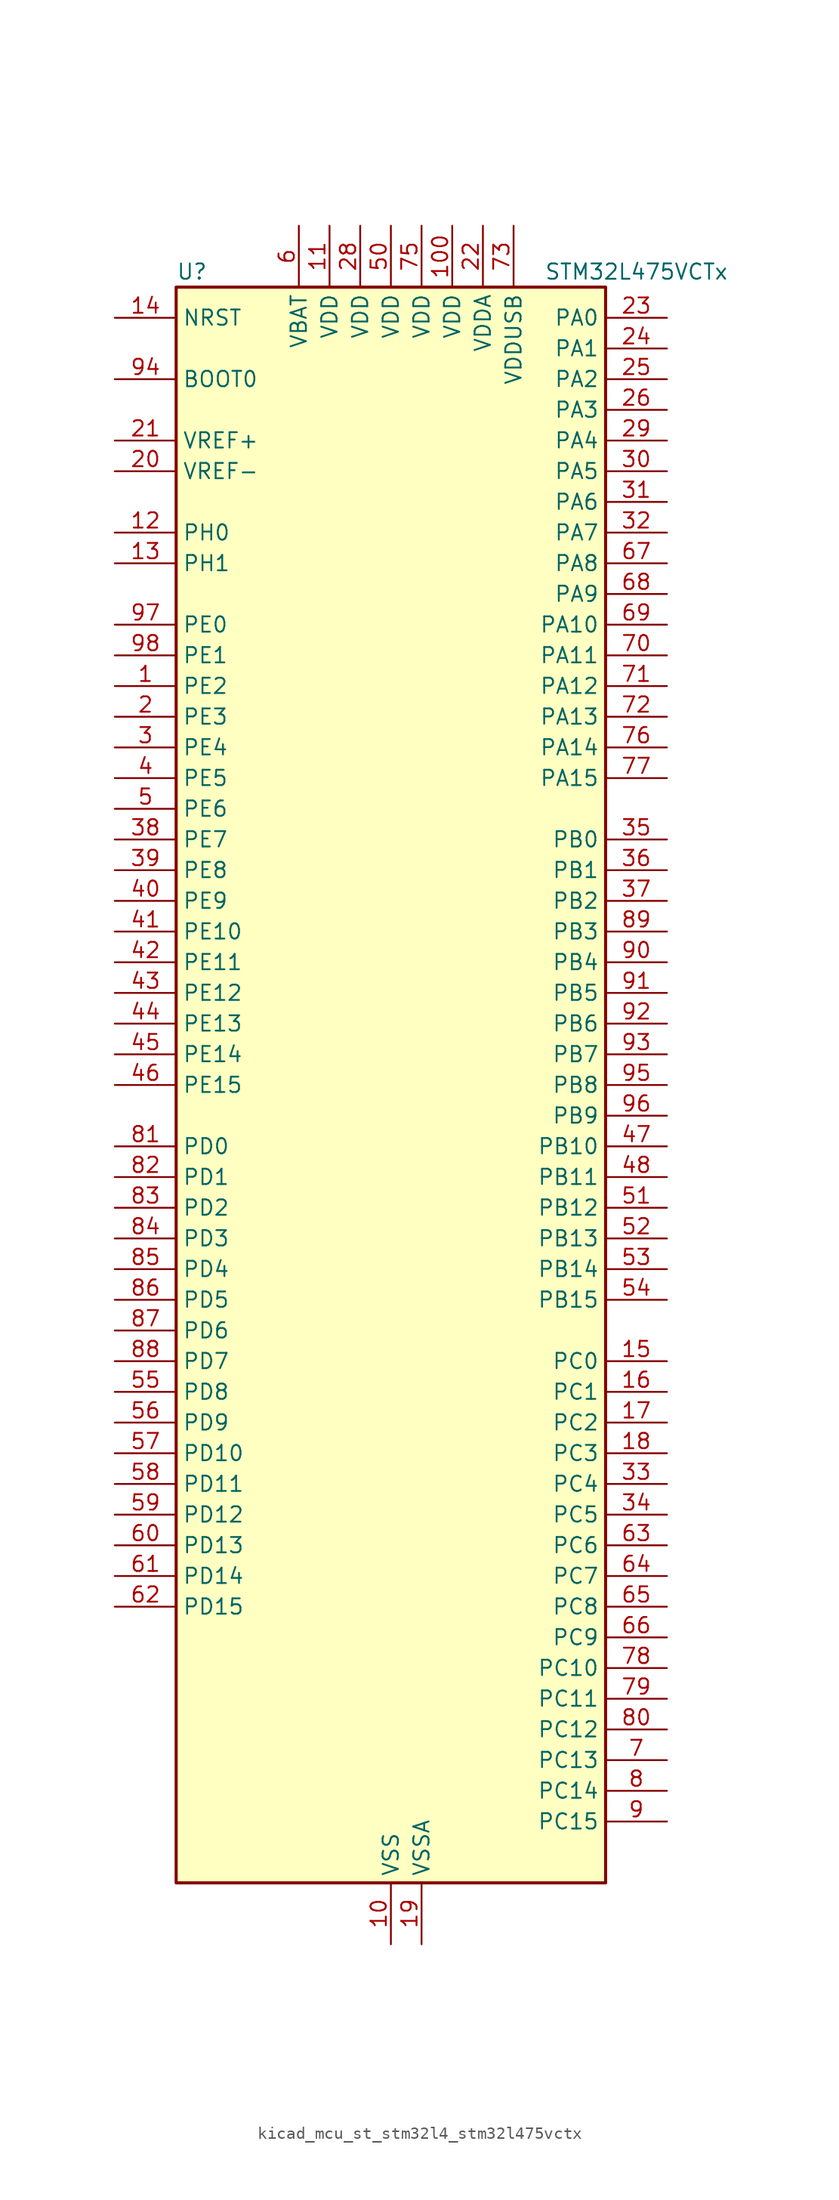
<source format=kicad_sym>
(kicad_symbol_lib
  (version 20220914)
  (generator kicad_symbol_editor)
  (symbol "kicad_mcu_st_stm32l4_stm32l475vctx"
    (property "Reference" "U"
      (at -17.78 67.31 0)
      (effects (font (size 1.27 1.27)) (justify left)))
    (property "Value" "STM32L475VCTx"
      (at 12.7 67.31 0)
      (effects (font (size 1.27 1.27)) (justify left)))
    (property "ki_locked" ""
      (at 0 0 0)
      (effects (font (size 1.27 1.27))))
    (symbol "kicad_mcu_st_stm32l4_stm32l475vctx_0_1"
      (rectangle (start -17.78 -66.04) (end 17.78 66.04) (stroke (width 0.254) (type default)) (fill (type background))))
    (symbol "kicad_mcu_st_stm32l4_stm32l475vctx_1_1"
      (pin bidirectional line (at -22.86 33.02 0) (length 5.08) (name "PE2" (effects (font (size 1.27 1.27)))) (number "1" (effects (font (size 1.27 1.27)))) (alternate "FMC_A23" bidirectional line) (alternate "SAI1_MCLK_A" bidirectional line) (alternate "SYS_TRACECLK" bidirectional line) (alternate "TIM3_ETR" bidirectional line) (alternate "TSC_G7_IO1" bidirectional line))
      (pin power_in line (at 0 -71.12 90) (length 5.08) (name "VSS" (effects (font (size 1.27 1.27)))) (number "10" (effects (font (size 1.27 1.27)))))
      (pin power_in line (at 5.08 71.12 270) (length 5.08) (name "VDD" (effects (font (size 1.27 1.27)))) (number "100" (effects (font (size 1.27 1.27)))))
      (pin power_in line (at -5.08 71.12 270) (length 5.08) (name "VDD" (effects (font (size 1.27 1.27)))) (number "11" (effects (font (size 1.27 1.27)))))
      (pin bidirectional line (at -22.86 45.72 0) (length 5.08) (name "PH0" (effects (font (size 1.27 1.27)))) (number "12" (effects (font (size 1.27 1.27)))) (alternate "RCC_OSC_IN" bidirectional line))
      (pin bidirectional line (at -22.86 43.18 0) (length 5.08) (name "PH1" (effects (font (size 1.27 1.27)))) (number "13" (effects (font (size 1.27 1.27)))) (alternate "RCC_OSC_OUT" bidirectional line))
      (pin input line (at -22.86 63.5 0) (length 5.08) (name "NRST" (effects (font (size 1.27 1.27)))) (number "14" (effects (font (size 1.27 1.27)))))
      (pin bidirectional line (at 22.86 -22.86 180) (length 5.08) (name "PC0" (effects (font (size 1.27 1.27)))) (number "15" (effects (font (size 1.27 1.27)))) (alternate "ADC1_IN1" bidirectional line) (alternate "ADC2_IN1" bidirectional line) (alternate "ADC3_IN1" bidirectional line) (alternate "DFSDM1_DATIN4" bidirectional line) (alternate "I2C3_SCL" bidirectional line) (alternate "LPTIM1_IN1" bidirectional line) (alternate "LPTIM2_IN1" bidirectional line) (alternate "LPUART1_RX" bidirectional line))
      (pin bidirectional line (at 22.86 -25.4 180) (length 5.08) (name "PC1" (effects (font (size 1.27 1.27)))) (number "16" (effects (font (size 1.27 1.27)))) (alternate "ADC1_IN2" bidirectional line) (alternate "ADC2_IN2" bidirectional line) (alternate "ADC3_IN2" bidirectional line) (alternate "DFSDM1_CKIN4" bidirectional line) (alternate "I2C3_SDA" bidirectional line) (alternate "LPTIM1_OUT" bidirectional line) (alternate "LPUART1_TX" bidirectional line))
      (pin bidirectional line (at 22.86 -27.94 180) (length 5.08) (name "PC2" (effects (font (size 1.27 1.27)))) (number "17" (effects (font (size 1.27 1.27)))) (alternate "ADC1_IN3" bidirectional line) (alternate "ADC2_IN3" bidirectional line) (alternate "ADC3_IN3" bidirectional line) (alternate "DFSDM1_CKOUT" bidirectional line) (alternate "LPTIM1_IN2" bidirectional line) (alternate "SPI2_MISO" bidirectional line))
      (pin bidirectional line (at 22.86 -30.48 180) (length 5.08) (name "PC3" (effects (font (size 1.27 1.27)))) (number "18" (effects (font (size 1.27 1.27)))) (alternate "ADC1_IN4" bidirectional line) (alternate "ADC2_IN4" bidirectional line) (alternate "ADC3_IN4" bidirectional line) (alternate "LPTIM1_ETR" bidirectional line) (alternate "LPTIM2_ETR" bidirectional line) (alternate "SAI1_SD_A" bidirectional line) (alternate "SPI2_MOSI" bidirectional line))
      (pin power_in line (at 2.54 -71.12 90) (length 5.08) (name "VSSA" (effects (font (size 1.27 1.27)))) (number "19" (effects (font (size 1.27 1.27)))))
      (pin bidirectional line (at -22.86 30.48 0) (length 5.08) (name "PE3" (effects (font (size 1.27 1.27)))) (number "2" (effects (font (size 1.27 1.27)))) (alternate "FMC_A19" bidirectional line) (alternate "SAI1_SD_B" bidirectional line) (alternate "SYS_TRACED0" bidirectional line) (alternate "TIM3_CH1" bidirectional line) (alternate "TSC_G7_IO2" bidirectional line))
      (pin input line (at -22.86 50.8 0) (length 5.08) (name "VREF-" (effects (font (size 1.27 1.27)))) (number "20" (effects (font (size 1.27 1.27)))))
      (pin input line (at -22.86 53.34 0) (length 5.08) (name "VREF+" (effects (font (size 1.27 1.27)))) (number "21" (effects (font (size 1.27 1.27)))) (alternate "VREFBUF_OUT" bidirectional line))
      (pin power_in line (at 7.62 71.12 270) (length 5.08) (name "VDDA" (effects (font (size 1.27 1.27)))) (number "22" (effects (font (size 1.27 1.27)))))
      (pin bidirectional line (at 22.86 63.5 180) (length 5.08) (name "PA0" (effects (font (size 1.27 1.27)))) (number "23" (effects (font (size 1.27 1.27)))) (alternate "ADC1_IN5" bidirectional line) (alternate "ADC2_IN5" bidirectional line) (alternate "OPAMP1_VINP" bidirectional line) (alternate "RTC_TAMP2" bidirectional line) (alternate "SAI1_EXTCLK" bidirectional line) (alternate "SYS_WKUP1" bidirectional line) (alternate "TIM2_CH1" bidirectional line) (alternate "TIM2_ETR" bidirectional line) (alternate "TIM5_CH1" bidirectional line) (alternate "TIM8_ETR" bidirectional line) (alternate "UART4_TX" bidirectional line) (alternate "USART2_CTS" bidirectional line))
      (pin bidirectional line (at 22.86 60.96 180) (length 5.08) (name "PA1" (effects (font (size 1.27 1.27)))) (number "24" (effects (font (size 1.27 1.27)))) (alternate "ADC1_IN6" bidirectional line) (alternate "ADC2_IN6" bidirectional line) (alternate "OPAMP1_VINM" bidirectional line) (alternate "TIM15_CH1N" bidirectional line) (alternate "TIM2_CH2" bidirectional line) (alternate "TIM5_CH2" bidirectional line) (alternate "UART4_RX" bidirectional line) (alternate "USART2_DE" bidirectional line) (alternate "USART2_RTS" bidirectional line))
      (pin bidirectional line (at 22.86 58.42 180) (length 5.08) (name "PA2" (effects (font (size 1.27 1.27)))) (number "25" (effects (font (size 1.27 1.27)))) (alternate "ADC1_IN7" bidirectional line) (alternate "ADC2_IN7" bidirectional line) (alternate "RCC_LSCO" bidirectional line) (alternate "SAI2_EXTCLK" bidirectional line) (alternate "SYS_WKUP4" bidirectional line) (alternate "TIM15_CH1" bidirectional line) (alternate "TIM2_CH3" bidirectional line) (alternate "TIM5_CH3" bidirectional line) (alternate "USART2_TX" bidirectional line))
      (pin bidirectional line (at 22.86 55.88 180) (length 5.08) (name "PA3" (effects (font (size 1.27 1.27)))) (number "26" (effects (font (size 1.27 1.27)))) (alternate "ADC1_IN8" bidirectional line) (alternate "ADC2_IN8" bidirectional line) (alternate "OPAMP1_VOUT" bidirectional line) (alternate "TIM15_CH2" bidirectional line) (alternate "TIM2_CH4" bidirectional line) (alternate "TIM5_CH4" bidirectional line) (alternate "USART2_RX" bidirectional line))
      (pin passive line (at 0 -71.12 90) (length 5.08) hide (name "VSS" (effects (font (size 1.27 1.27)))) (number "27" (effects (font (size 1.27 1.27)))))
      (pin power_in line (at -2.54 71.12 270) (length 5.08) (name "VDD" (effects (font (size 1.27 1.27)))) (number "28" (effects (font (size 1.27 1.27)))))
      (pin bidirectional line (at 22.86 53.34 180) (length 5.08) (name "PA4" (effects (font (size 1.27 1.27)))) (number "29" (effects (font (size 1.27 1.27)))) (alternate "ADC1_IN9" bidirectional line) (alternate "ADC2_IN9" bidirectional line) (alternate "DAC1_OUT1" bidirectional line) (alternate "LPTIM2_OUT" bidirectional line) (alternate "SAI1_FS_B" bidirectional line) (alternate "SPI1_NSS" bidirectional line) (alternate "SPI3_NSS" bidirectional line) (alternate "USART2_CK" bidirectional line))
      (pin bidirectional line (at -22.86 27.94 0) (length 5.08) (name "PE4" (effects (font (size 1.27 1.27)))) (number "3" (effects (font (size 1.27 1.27)))) (alternate "DFSDM1_DATIN3" bidirectional line) (alternate "FMC_A20" bidirectional line) (alternate "SAI1_FS_A" bidirectional line) (alternate "SYS_TRACED1" bidirectional line) (alternate "TIM3_CH2" bidirectional line) (alternate "TSC_G7_IO3" bidirectional line))
      (pin bidirectional line (at 22.86 50.8 180) (length 5.08) (name "PA5" (effects (font (size 1.27 1.27)))) (number "30" (effects (font (size 1.27 1.27)))) (alternate "ADC1_IN10" bidirectional line) (alternate "ADC2_IN10" bidirectional line) (alternate "DAC1_OUT2" bidirectional line) (alternate "LPTIM2_ETR" bidirectional line) (alternate "SPI1_SCK" bidirectional line) (alternate "TIM2_CH1" bidirectional line) (alternate "TIM2_ETR" bidirectional line) (alternate "TIM8_CH1N" bidirectional line))
      (pin bidirectional line (at 22.86 48.26 180) (length 5.08) (name "PA6" (effects (font (size 1.27 1.27)))) (number "31" (effects (font (size 1.27 1.27)))) (alternate "ADC1_IN11" bidirectional line) (alternate "ADC2_IN11" bidirectional line) (alternate "OPAMP2_VINP" bidirectional line) (alternate "QUADSPI_BK1_IO3" bidirectional line) (alternate "SPI1_MISO" bidirectional line) (alternate "TIM16_CH1" bidirectional line) (alternate "TIM1_BKIN" bidirectional line) (alternate "TIM1_BKIN_COMP2" bidirectional line) (alternate "TIM3_CH1" bidirectional line) (alternate "TIM8_BKIN" bidirectional line) (alternate "TIM8_BKIN_COMP2" bidirectional line) (alternate "USART3_CTS" bidirectional line))
      (pin bidirectional line (at 22.86 45.72 180) (length 5.08) (name "PA7" (effects (font (size 1.27 1.27)))) (number "32" (effects (font (size 1.27 1.27)))) (alternate "ADC1_IN12" bidirectional line) (alternate "ADC2_IN12" bidirectional line) (alternate "OPAMP2_VINM" bidirectional line) (alternate "QUADSPI_BK1_IO2" bidirectional line) (alternate "SPI1_MOSI" bidirectional line) (alternate "TIM17_CH1" bidirectional line) (alternate "TIM1_CH1N" bidirectional line) (alternate "TIM3_CH2" bidirectional line) (alternate "TIM8_CH1N" bidirectional line))
      (pin bidirectional line (at 22.86 -33.02 180) (length 5.08) (name "PC4" (effects (font (size 1.27 1.27)))) (number "33" (effects (font (size 1.27 1.27)))) (alternate "ADC1_IN13" bidirectional line) (alternate "ADC2_IN13" bidirectional line) (alternate "COMP1_INM" bidirectional line) (alternate "USART3_TX" bidirectional line))
      (pin bidirectional line (at 22.86 -35.56 180) (length 5.08) (name "PC5" (effects (font (size 1.27 1.27)))) (number "34" (effects (font (size 1.27 1.27)))) (alternate "ADC1_IN14" bidirectional line) (alternate "ADC2_IN14" bidirectional line) (alternate "COMP1_INP" bidirectional line) (alternate "SYS_WKUP5" bidirectional line) (alternate "USART3_RX" bidirectional line))
      (pin bidirectional line (at 22.86 20.32 180) (length 5.08) (name "PB0" (effects (font (size 1.27 1.27)))) (number "35" (effects (font (size 1.27 1.27)))) (alternate "ADC1_IN15" bidirectional line) (alternate "ADC2_IN15" bidirectional line) (alternate "COMP1_OUT" bidirectional line) (alternate "OPAMP2_VOUT" bidirectional line) (alternate "QUADSPI_BK1_IO1" bidirectional line) (alternate "TIM1_CH2N" bidirectional line) (alternate "TIM3_CH3" bidirectional line) (alternate "TIM8_CH2N" bidirectional line) (alternate "USART3_CK" bidirectional line))
      (pin bidirectional line (at 22.86 17.78 180) (length 5.08) (name "PB1" (effects (font (size 1.27 1.27)))) (number "36" (effects (font (size 1.27 1.27)))) (alternate "ADC1_IN16" bidirectional line) (alternate "ADC2_IN16" bidirectional line) (alternate "COMP1_INM" bidirectional line) (alternate "DFSDM1_DATIN0" bidirectional line) (alternate "LPTIM2_IN1" bidirectional line) (alternate "QUADSPI_BK1_IO0" bidirectional line) (alternate "TIM1_CH3N" bidirectional line) (alternate "TIM3_CH4" bidirectional line) (alternate "TIM8_CH3N" bidirectional line) (alternate "USART3_DE" bidirectional line) (alternate "USART3_RTS" bidirectional line))
      (pin bidirectional line (at 22.86 15.24 180) (length 5.08) (name "PB2" (effects (font (size 1.27 1.27)))) (number "37" (effects (font (size 1.27 1.27)))) (alternate "COMP1_INP" bidirectional line) (alternate "DFSDM1_CKIN0" bidirectional line) (alternate "I2C3_SMBA" bidirectional line) (alternate "LPTIM1_OUT" bidirectional line) (alternate "RTC_OUT_ALARM" bidirectional line) (alternate "RTC_OUT_CALIB" bidirectional line))
      (pin bidirectional line (at -22.86 20.32 0) (length 5.08) (name "PE7" (effects (font (size 1.27 1.27)))) (number "38" (effects (font (size 1.27 1.27)))) (alternate "DFSDM1_DATIN2" bidirectional line) (alternate "FMC_D4" bidirectional line) (alternate "FMC_DA4" bidirectional line) (alternate "SAI1_SD_B" bidirectional line) (alternate "TIM1_ETR" bidirectional line))
      (pin bidirectional line (at -22.86 17.78 0) (length 5.08) (name "PE8" (effects (font (size 1.27 1.27)))) (number "39" (effects (font (size 1.27 1.27)))) (alternate "DFSDM1_CKIN2" bidirectional line) (alternate "FMC_D5" bidirectional line) (alternate "FMC_DA5" bidirectional line) (alternate "SAI1_SCK_B" bidirectional line) (alternate "TIM1_CH1N" bidirectional line))
      (pin bidirectional line (at -22.86 25.4 0) (length 5.08) (name "PE5" (effects (font (size 1.27 1.27)))) (number "4" (effects (font (size 1.27 1.27)))) (alternate "DFSDM1_CKIN3" bidirectional line) (alternate "FMC_A21" bidirectional line) (alternate "SAI1_SCK_A" bidirectional line) (alternate "SYS_TRACED2" bidirectional line) (alternate "TIM3_CH3" bidirectional line) (alternate "TSC_G7_IO4" bidirectional line))
      (pin bidirectional line (at -22.86 15.24 0) (length 5.08) (name "PE9" (effects (font (size 1.27 1.27)))) (number "40" (effects (font (size 1.27 1.27)))) (alternate "DAC1_EXTI9" bidirectional line) (alternate "DFSDM1_CKOUT" bidirectional line) (alternate "FMC_D6" bidirectional line) (alternate "FMC_DA6" bidirectional line) (alternate "SAI1_FS_B" bidirectional line) (alternate "TIM1_CH1" bidirectional line))
      (pin bidirectional line (at -22.86 12.7 0) (length 5.08) (name "PE10" (effects (font (size 1.27 1.27)))) (number "41" (effects (font (size 1.27 1.27)))) (alternate "DFSDM1_DATIN4" bidirectional line) (alternate "FMC_D7" bidirectional line) (alternate "FMC_DA7" bidirectional line) (alternate "QUADSPI_CLK" bidirectional line) (alternate "SAI1_MCLK_B" bidirectional line) (alternate "TIM1_CH2N" bidirectional line) (alternate "TSC_G5_IO1" bidirectional line))
      (pin bidirectional line (at -22.86 10.16 0) (length 5.08) (name "PE11" (effects (font (size 1.27 1.27)))) (number "42" (effects (font (size 1.27 1.27)))) (alternate "ADC1_EXTI11" bidirectional line) (alternate "ADC2_EXTI11" bidirectional line) (alternate "ADC3_EXTI11" bidirectional line) (alternate "DFSDM1_CKIN4" bidirectional line) (alternate "FMC_D8" bidirectional line) (alternate "FMC_DA8" bidirectional line) (alternate "QUADSPI_NCS" bidirectional line) (alternate "TIM1_CH2" bidirectional line) (alternate "TSC_G5_IO2" bidirectional line))
      (pin bidirectional line (at -22.86 7.62 0) (length 5.08) (name "PE12" (effects (font (size 1.27 1.27)))) (number "43" (effects (font (size 1.27 1.27)))) (alternate "DFSDM1_DATIN5" bidirectional line) (alternate "FMC_D9" bidirectional line) (alternate "FMC_DA9" bidirectional line) (alternate "QUADSPI_BK1_IO0" bidirectional line) (alternate "SPI1_NSS" bidirectional line) (alternate "TIM1_CH3N" bidirectional line) (alternate "TSC_G5_IO3" bidirectional line))
      (pin bidirectional line (at -22.86 5.08 0) (length 5.08) (name "PE13" (effects (font (size 1.27 1.27)))) (number "44" (effects (font (size 1.27 1.27)))) (alternate "DFSDM1_CKIN5" bidirectional line) (alternate "FMC_D10" bidirectional line) (alternate "FMC_DA10" bidirectional line) (alternate "QUADSPI_BK1_IO1" bidirectional line) (alternate "SPI1_SCK" bidirectional line) (alternate "TIM1_CH3" bidirectional line) (alternate "TSC_G5_IO4" bidirectional line))
      (pin bidirectional line (at -22.86 2.54 0) (length 5.08) (name "PE14" (effects (font (size 1.27 1.27)))) (number "45" (effects (font (size 1.27 1.27)))) (alternate "FMC_D11" bidirectional line) (alternate "FMC_DA11" bidirectional line) (alternate "QUADSPI_BK1_IO2" bidirectional line) (alternate "SPI1_MISO" bidirectional line) (alternate "TIM1_BKIN2" bidirectional line) (alternate "TIM1_BKIN2_COMP2" bidirectional line) (alternate "TIM1_CH4" bidirectional line))
      (pin bidirectional line (at -22.86 0 0) (length 5.08) (name "PE15" (effects (font (size 1.27 1.27)))) (number "46" (effects (font (size 1.27 1.27)))) (alternate "ADC1_EXTI15" bidirectional line) (alternate "ADC2_EXTI15" bidirectional line) (alternate "ADC3_EXTI15" bidirectional line) (alternate "FMC_D12" bidirectional line) (alternate "FMC_DA12" bidirectional line) (alternate "QUADSPI_BK1_IO3" bidirectional line) (alternate "SPI1_MOSI" bidirectional line) (alternate "TIM1_BKIN" bidirectional line) (alternate "TIM1_BKIN_COMP1" bidirectional line))
      (pin bidirectional line (at 22.86 -5.08 180) (length 5.08) (name "PB10" (effects (font (size 1.27 1.27)))) (number "47" (effects (font (size 1.27 1.27)))) (alternate "COMP1_OUT" bidirectional line) (alternate "DFSDM1_DATIN7" bidirectional line) (alternate "I2C2_SCL" bidirectional line) (alternate "LPUART1_RX" bidirectional line) (alternate "QUADSPI_CLK" bidirectional line) (alternate "SAI1_SCK_A" bidirectional line) (alternate "SPI2_SCK" bidirectional line) (alternate "TIM2_CH3" bidirectional line) (alternate "USART3_TX" bidirectional line))
      (pin bidirectional line (at 22.86 -7.62 180) (length 5.08) (name "PB11" (effects (font (size 1.27 1.27)))) (number "48" (effects (font (size 1.27 1.27)))) (alternate "ADC1_EXTI11" bidirectional line) (alternate "ADC2_EXTI11" bidirectional line) (alternate "ADC3_EXTI11" bidirectional line) (alternate "COMP2_OUT" bidirectional line) (alternate "DFSDM1_CKIN7" bidirectional line) (alternate "I2C2_SDA" bidirectional line) (alternate "LPUART1_TX" bidirectional line) (alternate "QUADSPI_NCS" bidirectional line) (alternate "TIM2_CH4" bidirectional line) (alternate "USART3_RX" bidirectional line))
      (pin passive line (at 0 -71.12 90) (length 5.08) hide (name "VSS" (effects (font (size 1.27 1.27)))) (number "49" (effects (font (size 1.27 1.27)))))
      (pin bidirectional line (at -22.86 22.86 0) (length 5.08) (name "PE6" (effects (font (size 1.27 1.27)))) (number "5" (effects (font (size 1.27 1.27)))) (alternate "FMC_A22" bidirectional line) (alternate "RTC_TAMP3" bidirectional line) (alternate "SAI1_SD_A" bidirectional line) (alternate "SYS_TRACED3" bidirectional line) (alternate "SYS_WKUP3" bidirectional line) (alternate "TIM3_CH4" bidirectional line))
      (pin power_in line (at 0 71.12 270) (length 5.08) (name "VDD" (effects (font (size 1.27 1.27)))) (number "50" (effects (font (size 1.27 1.27)))))
      (pin bidirectional line (at 22.86 -10.16 180) (length 5.08) (name "PB12" (effects (font (size 1.27 1.27)))) (number "51" (effects (font (size 1.27 1.27)))) (alternate "DFSDM1_DATIN1" bidirectional line) (alternate "I2C2_SMBA" bidirectional line) (alternate "LPUART1_DE" bidirectional line) (alternate "LPUART1_RTS" bidirectional line) (alternate "SAI2_FS_A" bidirectional line) (alternate "SPI2_NSS" bidirectional line) (alternate "SWPMI1_IO" bidirectional line) (alternate "TIM15_BKIN" bidirectional line) (alternate "TIM1_BKIN" bidirectional line) (alternate "TIM1_BKIN_COMP2" bidirectional line) (alternate "TSC_G1_IO1" bidirectional line) (alternate "USART3_CK" bidirectional line))
      (pin bidirectional line (at 22.86 -12.7 180) (length 5.08) (name "PB13" (effects (font (size 1.27 1.27)))) (number "52" (effects (font (size 1.27 1.27)))) (alternate "DFSDM1_CKIN1" bidirectional line) (alternate "I2C2_SCL" bidirectional line) (alternate "LPUART1_CTS" bidirectional line) (alternate "SAI2_SCK_A" bidirectional line) (alternate "SPI2_SCK" bidirectional line) (alternate "SWPMI1_TX" bidirectional line) (alternate "TIM15_CH1N" bidirectional line) (alternate "TIM1_CH1N" bidirectional line) (alternate "TSC_G1_IO2" bidirectional line) (alternate "USART3_CTS" bidirectional line))
      (pin bidirectional line (at 22.86 -15.24 180) (length 5.08) (name "PB14" (effects (font (size 1.27 1.27)))) (number "53" (effects (font (size 1.27 1.27)))) (alternate "DFSDM1_DATIN2" bidirectional line) (alternate "I2C2_SDA" bidirectional line) (alternate "SAI2_MCLK_A" bidirectional line) (alternate "SPI2_MISO" bidirectional line) (alternate "SWPMI1_RX" bidirectional line) (alternate "TIM15_CH1" bidirectional line) (alternate "TIM1_CH2N" bidirectional line) (alternate "TIM8_CH2N" bidirectional line) (alternate "TSC_G1_IO3" bidirectional line) (alternate "USART3_DE" bidirectional line) (alternate "USART3_RTS" bidirectional line))
      (pin bidirectional line (at 22.86 -17.78 180) (length 5.08) (name "PB15" (effects (font (size 1.27 1.27)))) (number "54" (effects (font (size 1.27 1.27)))) (alternate "ADC1_EXTI15" bidirectional line) (alternate "ADC2_EXTI15" bidirectional line) (alternate "ADC3_EXTI15" bidirectional line) (alternate "DFSDM1_CKIN2" bidirectional line) (alternate "RTC_REFIN" bidirectional line) (alternate "SAI2_SD_A" bidirectional line) (alternate "SPI2_MOSI" bidirectional line) (alternate "SWPMI1_SUSPEND" bidirectional line) (alternate "TIM15_CH2" bidirectional line) (alternate "TIM1_CH3N" bidirectional line) (alternate "TIM8_CH3N" bidirectional line) (alternate "TSC_G1_IO4" bidirectional line))
      (pin bidirectional line (at -22.86 -25.4 0) (length 5.08) (name "PD8" (effects (font (size 1.27 1.27)))) (number "55" (effects (font (size 1.27 1.27)))) (alternate "FMC_D13" bidirectional line) (alternate "FMC_DA13" bidirectional line) (alternate "USART3_TX" bidirectional line))
      (pin bidirectional line (at -22.86 -27.94 0) (length 5.08) (name "PD9" (effects (font (size 1.27 1.27)))) (number "56" (effects (font (size 1.27 1.27)))) (alternate "DAC1_EXTI9" bidirectional line) (alternate "FMC_D14" bidirectional line) (alternate "FMC_DA14" bidirectional line) (alternate "SAI2_MCLK_A" bidirectional line) (alternate "USART3_RX" bidirectional line))
      (pin bidirectional line (at -22.86 -30.48 0) (length 5.08) (name "PD10" (effects (font (size 1.27 1.27)))) (number "57" (effects (font (size 1.27 1.27)))) (alternate "FMC_D15" bidirectional line) (alternate "FMC_DA15" bidirectional line) (alternate "SAI2_SCK_A" bidirectional line) (alternate "TSC_G6_IO1" bidirectional line) (alternate "USART3_CK" bidirectional line))
      (pin bidirectional line (at -22.86 -33.02 0) (length 5.08) (name "PD11" (effects (font (size 1.27 1.27)))) (number "58" (effects (font (size 1.27 1.27)))) (alternate "ADC1_EXTI11" bidirectional line) (alternate "ADC2_EXTI11" bidirectional line) (alternate "ADC3_EXTI11" bidirectional line) (alternate "FMC_A16" bidirectional line) (alternate "FMC_CLE" bidirectional line) (alternate "LPTIM2_ETR" bidirectional line) (alternate "SAI2_SD_A" bidirectional line) (alternate "TSC_G6_IO2" bidirectional line) (alternate "USART3_CTS" bidirectional line))
      (pin bidirectional line (at -22.86 -35.56 0) (length 5.08) (name "PD12" (effects (font (size 1.27 1.27)))) (number "59" (effects (font (size 1.27 1.27)))) (alternate "FMC_A17" bidirectional line) (alternate "FMC_ALE" bidirectional line) (alternate "LPTIM2_IN1" bidirectional line) (alternate "SAI2_FS_A" bidirectional line) (alternate "TIM4_CH1" bidirectional line) (alternate "TSC_G6_IO3" bidirectional line) (alternate "USART3_DE" bidirectional line) (alternate "USART3_RTS" bidirectional line))
      (pin power_in line (at -7.62 71.12 270) (length 5.08) (name "VBAT" (effects (font (size 1.27 1.27)))) (number "6" (effects (font (size 1.27 1.27)))))
      (pin bidirectional line (at -22.86 -38.1 0) (length 5.08) (name "PD13" (effects (font (size 1.27 1.27)))) (number "60" (effects (font (size 1.27 1.27)))) (alternate "FMC_A18" bidirectional line) (alternate "LPTIM2_OUT" bidirectional line) (alternate "TIM4_CH2" bidirectional line) (alternate "TSC_G6_IO4" bidirectional line))
      (pin bidirectional line (at -22.86 -40.64 0) (length 5.08) (name "PD14" (effects (font (size 1.27 1.27)))) (number "61" (effects (font (size 1.27 1.27)))) (alternate "FMC_D0" bidirectional line) (alternate "FMC_DA0" bidirectional line) (alternate "TIM4_CH3" bidirectional line))
      (pin bidirectional line (at -22.86 -43.18 0) (length 5.08) (name "PD15" (effects (font (size 1.27 1.27)))) (number "62" (effects (font (size 1.27 1.27)))) (alternate "ADC1_EXTI15" bidirectional line) (alternate "ADC2_EXTI15" bidirectional line) (alternate "ADC3_EXTI15" bidirectional line) (alternate "FMC_D1" bidirectional line) (alternate "FMC_DA1" bidirectional line) (alternate "TIM4_CH4" bidirectional line))
      (pin bidirectional line (at 22.86 -38.1 180) (length 5.08) (name "PC6" (effects (font (size 1.27 1.27)))) (number "63" (effects (font (size 1.27 1.27)))) (alternate "DFSDM1_CKIN3" bidirectional line) (alternate "SAI2_MCLK_A" bidirectional line) (alternate "SDMMC1_D6" bidirectional line) (alternate "TIM3_CH1" bidirectional line) (alternate "TIM8_CH1" bidirectional line) (alternate "TSC_G4_IO1" bidirectional line))
      (pin bidirectional line (at 22.86 -40.64 180) (length 5.08) (name "PC7" (effects (font (size 1.27 1.27)))) (number "64" (effects (font (size 1.27 1.27)))) (alternate "DFSDM1_DATIN3" bidirectional line) (alternate "SAI2_MCLK_B" bidirectional line) (alternate "SDMMC1_D7" bidirectional line) (alternate "TIM3_CH2" bidirectional line) (alternate "TIM8_CH2" bidirectional line) (alternate "TSC_G4_IO2" bidirectional line))
      (pin bidirectional line (at 22.86 -43.18 180) (length 5.08) (name "PC8" (effects (font (size 1.27 1.27)))) (number "65" (effects (font (size 1.27 1.27)))) (alternate "SDMMC1_D0" bidirectional line) (alternate "TIM3_CH3" bidirectional line) (alternate "TIM8_CH3" bidirectional line) (alternate "TSC_G4_IO3" bidirectional line))
      (pin bidirectional line (at 22.86 -45.72 180) (length 5.08) (name "PC9" (effects (font (size 1.27 1.27)))) (number "66" (effects (font (size 1.27 1.27)))) (alternate "DAC1_EXTI9" bidirectional line) (alternate "SAI2_EXTCLK" bidirectional line) (alternate "SDMMC1_D1" bidirectional line) (alternate "TIM3_CH4" bidirectional line) (alternate "TIM8_BKIN2" bidirectional line) (alternate "TIM8_BKIN2_COMP1" bidirectional line) (alternate "TIM8_CH4" bidirectional line) (alternate "TSC_G4_IO4" bidirectional line) (alternate "USB_OTG_FS_NOE" bidirectional line))
      (pin bidirectional line (at 22.86 43.18 180) (length 5.08) (name "PA8" (effects (font (size 1.27 1.27)))) (number "67" (effects (font (size 1.27 1.27)))) (alternate "LPTIM2_OUT" bidirectional line) (alternate "RCC_MCO" bidirectional line) (alternate "TIM1_CH1" bidirectional line) (alternate "USART1_CK" bidirectional line) (alternate "USB_OTG_FS_SOF" bidirectional line))
      (pin bidirectional line (at 22.86 40.64 180) (length 5.08) (name "PA9" (effects (font (size 1.27 1.27)))) (number "68" (effects (font (size 1.27 1.27)))) (alternate "DAC1_EXTI9" bidirectional line) (alternate "TIM15_BKIN" bidirectional line) (alternate "TIM1_CH2" bidirectional line) (alternate "USART1_TX" bidirectional line) (alternate "USB_OTG_FS_VBUS" bidirectional line))
      (pin bidirectional line (at 22.86 38.1 180) (length 5.08) (name "PA10" (effects (font (size 1.27 1.27)))) (number "69" (effects (font (size 1.27 1.27)))) (alternate "TIM17_BKIN" bidirectional line) (alternate "TIM1_CH3" bidirectional line) (alternate "USART1_RX" bidirectional line) (alternate "USB_OTG_FS_ID" bidirectional line))
      (pin bidirectional line (at 22.86 -55.88 180) (length 5.08) (name "PC13" (effects (font (size 1.27 1.27)))) (number "7" (effects (font (size 1.27 1.27)))) (alternate "RTC_OUT_ALARM" bidirectional line) (alternate "RTC_OUT_CALIB" bidirectional line) (alternate "RTC_TAMP1" bidirectional line) (alternate "RTC_TS" bidirectional line) (alternate "SYS_WKUP2" bidirectional line))
      (pin bidirectional line (at 22.86 35.56 180) (length 5.08) (name "PA11" (effects (font (size 1.27 1.27)))) (number "70" (effects (font (size 1.27 1.27)))) (alternate "ADC1_EXTI11" bidirectional line) (alternate "ADC2_EXTI11" bidirectional line) (alternate "ADC3_EXTI11" bidirectional line) (alternate "CAN1_RX" bidirectional line) (alternate "TIM1_BKIN2" bidirectional line) (alternate "TIM1_BKIN2_COMP1" bidirectional line) (alternate "TIM1_CH4" bidirectional line) (alternate "USART1_CTS" bidirectional line) (alternate "USB_OTG_FS_DM" bidirectional line))
      (pin bidirectional line (at 22.86 33.02 180) (length 5.08) (name "PA12" (effects (font (size 1.27 1.27)))) (number "71" (effects (font (size 1.27 1.27)))) (alternate "CAN1_TX" bidirectional line) (alternate "TIM1_ETR" bidirectional line) (alternate "USART1_DE" bidirectional line) (alternate "USART1_RTS" bidirectional line) (alternate "USB_OTG_FS_DP" bidirectional line))
      (pin bidirectional line (at 22.86 30.48 180) (length 5.08) (name "PA13" (effects (font (size 1.27 1.27)))) (number "72" (effects (font (size 1.27 1.27)))) (alternate "IR_OUT" bidirectional line) (alternate "SYS_JTMS-SWDIO" bidirectional line) (alternate "USB_OTG_FS_NOE" bidirectional line))
      (pin power_in line (at 10.16 71.12 270) (length 5.08) (name "VDDUSB" (effects (font (size 1.27 1.27)))) (number "73" (effects (font (size 1.27 1.27)))))
      (pin passive line (at 0 -71.12 90) (length 5.08) hide (name "VSS" (effects (font (size 1.27 1.27)))) (number "74" (effects (font (size 1.27 1.27)))))
      (pin power_in line (at 2.54 71.12 270) (length 5.08) (name "VDD" (effects (font (size 1.27 1.27)))) (number "75" (effects (font (size 1.27 1.27)))))
      (pin bidirectional line (at 22.86 27.94 180) (length 5.08) (name "PA14" (effects (font (size 1.27 1.27)))) (number "76" (effects (font (size 1.27 1.27)))) (alternate "SYS_JTCK-SWCLK" bidirectional line))
      (pin bidirectional line (at 22.86 25.4 180) (length 5.08) (name "PA15" (effects (font (size 1.27 1.27)))) (number "77" (effects (font (size 1.27 1.27)))) (alternate "ADC1_EXTI15" bidirectional line) (alternate "ADC2_EXTI15" bidirectional line) (alternate "ADC3_EXTI15" bidirectional line) (alternate "SAI2_FS_B" bidirectional line) (alternate "SPI1_NSS" bidirectional line) (alternate "SPI3_NSS" bidirectional line) (alternate "SYS_JTDI" bidirectional line) (alternate "TIM2_CH1" bidirectional line) (alternate "TIM2_ETR" bidirectional line) (alternate "TSC_G3_IO1" bidirectional line) (alternate "UART4_DE" bidirectional line) (alternate "UART4_RTS" bidirectional line))
      (pin bidirectional line (at 22.86 -48.26 180) (length 5.08) (name "PC10" (effects (font (size 1.27 1.27)))) (number "78" (effects (font (size 1.27 1.27)))) (alternate "SAI2_SCK_B" bidirectional line) (alternate "SDMMC1_D2" bidirectional line) (alternate "SPI3_SCK" bidirectional line) (alternate "TSC_G3_IO2" bidirectional line) (alternate "UART4_TX" bidirectional line) (alternate "USART3_TX" bidirectional line))
      (pin bidirectional line (at 22.86 -50.8 180) (length 5.08) (name "PC11" (effects (font (size 1.27 1.27)))) (number "79" (effects (font (size 1.27 1.27)))) (alternate "ADC1_EXTI11" bidirectional line) (alternate "ADC2_EXTI11" bidirectional line) (alternate "ADC3_EXTI11" bidirectional line) (alternate "SAI2_MCLK_B" bidirectional line) (alternate "SDMMC1_D3" bidirectional line) (alternate "SPI3_MISO" bidirectional line) (alternate "TSC_G3_IO3" bidirectional line) (alternate "UART4_RX" bidirectional line) (alternate "USART3_RX" bidirectional line))
      (pin bidirectional line (at 22.86 -58.42 180) (length 5.08) (name "PC14" (effects (font (size 1.27 1.27)))) (number "8" (effects (font (size 1.27 1.27)))) (alternate "RCC_OSC32_IN" bidirectional line))
      (pin bidirectional line (at 22.86 -53.34 180) (length 5.08) (name "PC12" (effects (font (size 1.27 1.27)))) (number "80" (effects (font (size 1.27 1.27)))) (alternate "SAI2_SD_B" bidirectional line) (alternate "SDMMC1_CK" bidirectional line) (alternate "SPI3_MOSI" bidirectional line) (alternate "TSC_G3_IO4" bidirectional line) (alternate "UART5_TX" bidirectional line) (alternate "USART3_CK" bidirectional line))
      (pin bidirectional line (at -22.86 -5.08 0) (length 5.08) (name "PD0" (effects (font (size 1.27 1.27)))) (number "81" (effects (font (size 1.27 1.27)))) (alternate "CAN1_RX" bidirectional line) (alternate "DFSDM1_DATIN7" bidirectional line) (alternate "FMC_D2" bidirectional line) (alternate "FMC_DA2" bidirectional line) (alternate "SPI2_NSS" bidirectional line))
      (pin bidirectional line (at -22.86 -7.62 0) (length 5.08) (name "PD1" (effects (font (size 1.27 1.27)))) (number "82" (effects (font (size 1.27 1.27)))) (alternate "CAN1_TX" bidirectional line) (alternate "DFSDM1_CKIN7" bidirectional line) (alternate "FMC_D3" bidirectional line) (alternate "FMC_DA3" bidirectional line) (alternate "SPI2_SCK" bidirectional line))
      (pin bidirectional line (at -22.86 -10.16 0) (length 5.08) (name "PD2" (effects (font (size 1.27 1.27)))) (number "83" (effects (font (size 1.27 1.27)))) (alternate "SDMMC1_CMD" bidirectional line) (alternate "TIM3_ETR" bidirectional line) (alternate "TSC_SYNC" bidirectional line) (alternate "UART5_RX" bidirectional line) (alternate "USART3_DE" bidirectional line) (alternate "USART3_RTS" bidirectional line))
      (pin bidirectional line (at -22.86 -12.7 0) (length 5.08) (name "PD3" (effects (font (size 1.27 1.27)))) (number "84" (effects (font (size 1.27 1.27)))) (alternate "DFSDM1_DATIN0" bidirectional line) (alternate "FMC_CLK" bidirectional line) (alternate "SPI2_MISO" bidirectional line) (alternate "USART2_CTS" bidirectional line))
      (pin bidirectional line (at -22.86 -15.24 0) (length 5.08) (name "PD4" (effects (font (size 1.27 1.27)))) (number "85" (effects (font (size 1.27 1.27)))) (alternate "DFSDM1_CKIN0" bidirectional line) (alternate "FMC_NOE" bidirectional line) (alternate "SPI2_MOSI" bidirectional line) (alternate "USART2_DE" bidirectional line) (alternate "USART2_RTS" bidirectional line))
      (pin bidirectional line (at -22.86 -17.78 0) (length 5.08) (name "PD5" (effects (font (size 1.27 1.27)))) (number "86" (effects (font (size 1.27 1.27)))) (alternate "FMC_NWE" bidirectional line) (alternate "USART2_TX" bidirectional line))
      (pin bidirectional line (at -22.86 -20.32 0) (length 5.08) (name "PD6" (effects (font (size 1.27 1.27)))) (number "87" (effects (font (size 1.27 1.27)))) (alternate "DFSDM1_DATIN1" bidirectional line) (alternate "FMC_NWAIT" bidirectional line) (alternate "SAI1_SD_A" bidirectional line) (alternate "USART2_RX" bidirectional line))
      (pin bidirectional line (at -22.86 -22.86 0) (length 5.08) (name "PD7" (effects (font (size 1.27 1.27)))) (number "88" (effects (font (size 1.27 1.27)))) (alternate "DFSDM1_CKIN1" bidirectional line) (alternate "FMC_NE1" bidirectional line) (alternate "USART2_CK" bidirectional line))
      (pin bidirectional line (at 22.86 12.7 180) (length 5.08) (name "PB3" (effects (font (size 1.27 1.27)))) (number "89" (effects (font (size 1.27 1.27)))) (alternate "COMP2_INM" bidirectional line) (alternate "SAI1_SCK_B" bidirectional line) (alternate "SPI1_SCK" bidirectional line) (alternate "SPI3_SCK" bidirectional line) (alternate "SYS_JTDO-SWO" bidirectional line) (alternate "TIM2_CH2" bidirectional line) (alternate "USART1_DE" bidirectional line) (alternate "USART1_RTS" bidirectional line))
      (pin bidirectional line (at 22.86 -60.96 180) (length 5.08) (name "PC15" (effects (font (size 1.27 1.27)))) (number "9" (effects (font (size 1.27 1.27)))) (alternate "ADC1_EXTI15" bidirectional line) (alternate "ADC2_EXTI15" bidirectional line) (alternate "ADC3_EXTI15" bidirectional line) (alternate "RCC_OSC32_OUT" bidirectional line))
      (pin bidirectional line (at 22.86 10.16 180) (length 5.08) (name "PB4" (effects (font (size 1.27 1.27)))) (number "90" (effects (font (size 1.27 1.27)))) (alternate "COMP2_INP" bidirectional line) (alternate "SAI1_MCLK_B" bidirectional line) (alternate "SPI1_MISO" bidirectional line) (alternate "SPI3_MISO" bidirectional line) (alternate "SYS_JTRST" bidirectional line) (alternate "TIM17_BKIN" bidirectional line) (alternate "TIM3_CH1" bidirectional line) (alternate "TSC_G2_IO1" bidirectional line) (alternate "UART5_DE" bidirectional line) (alternate "UART5_RTS" bidirectional line) (alternate "USART1_CTS" bidirectional line))
      (pin bidirectional line (at 22.86 7.62 180) (length 5.08) (name "PB5" (effects (font (size 1.27 1.27)))) (number "91" (effects (font (size 1.27 1.27)))) (alternate "COMP2_OUT" bidirectional line) (alternate "I2C1_SMBA" bidirectional line) (alternate "LPTIM1_IN1" bidirectional line) (alternate "SAI1_SD_B" bidirectional line) (alternate "SPI1_MOSI" bidirectional line) (alternate "SPI3_MOSI" bidirectional line) (alternate "TIM16_BKIN" bidirectional line) (alternate "TIM3_CH2" bidirectional line) (alternate "TSC_G2_IO2" bidirectional line) (alternate "UART5_CTS" bidirectional line) (alternate "USART1_CK" bidirectional line))
      (pin bidirectional line (at 22.86 5.08 180) (length 5.08) (name "PB6" (effects (font (size 1.27 1.27)))) (number "92" (effects (font (size 1.27 1.27)))) (alternate "COMP2_INP" bidirectional line) (alternate "DFSDM1_DATIN5" bidirectional line) (alternate "I2C1_SCL" bidirectional line) (alternate "LPTIM1_ETR" bidirectional line) (alternate "SAI1_FS_B" bidirectional line) (alternate "TIM16_CH1N" bidirectional line) (alternate "TIM4_CH1" bidirectional line) (alternate "TIM8_BKIN2" bidirectional line) (alternate "TIM8_BKIN2_COMP2" bidirectional line) (alternate "TSC_G2_IO3" bidirectional line) (alternate "USART1_TX" bidirectional line))
      (pin bidirectional line (at 22.86 2.54 180) (length 5.08) (name "PB7" (effects (font (size 1.27 1.27)))) (number "93" (effects (font (size 1.27 1.27)))) (alternate "COMP2_INM" bidirectional line) (alternate "DFSDM1_CKIN5" bidirectional line) (alternate "FMC_NL" bidirectional line) (alternate "I2C1_SDA" bidirectional line) (alternate "LPTIM1_IN2" bidirectional line) (alternate "SYS_PVD_IN" bidirectional line) (alternate "TIM17_CH1N" bidirectional line) (alternate "TIM4_CH2" bidirectional line) (alternate "TIM8_BKIN" bidirectional line) (alternate "TIM8_BKIN_COMP1" bidirectional line) (alternate "TSC_G2_IO4" bidirectional line) (alternate "UART4_CTS" bidirectional line) (alternate "USART1_RX" bidirectional line))
      (pin input line (at -22.86 58.42 0) (length 5.08) (name "BOOT0" (effects (font (size 1.27 1.27)))) (number "94" (effects (font (size 1.27 1.27)))))
      (pin bidirectional line (at 22.86 0 180) (length 5.08) (name "PB8" (effects (font (size 1.27 1.27)))) (number "95" (effects (font (size 1.27 1.27)))) (alternate "CAN1_RX" bidirectional line) (alternate "DFSDM1_DATIN6" bidirectional line) (alternate "I2C1_SCL" bidirectional line) (alternate "SAI1_MCLK_A" bidirectional line) (alternate "SDMMC1_D4" bidirectional line) (alternate "TIM16_CH1" bidirectional line) (alternate "TIM4_CH3" bidirectional line))
      (pin bidirectional line (at 22.86 -2.54 180) (length 5.08) (name "PB9" (effects (font (size 1.27 1.27)))) (number "96" (effects (font (size 1.27 1.27)))) (alternate "CAN1_TX" bidirectional line) (alternate "DAC1_EXTI9" bidirectional line) (alternate "DFSDM1_CKIN6" bidirectional line) (alternate "I2C1_SDA" bidirectional line) (alternate "IR_OUT" bidirectional line) (alternate "SAI1_FS_A" bidirectional line) (alternate "SDMMC1_D5" bidirectional line) (alternate "SPI2_NSS" bidirectional line) (alternate "TIM17_CH1" bidirectional line) (alternate "TIM4_CH4" bidirectional line))
      (pin bidirectional line (at -22.86 38.1 0) (length 5.08) (name "PE0" (effects (font (size 1.27 1.27)))) (number "97" (effects (font (size 1.27 1.27)))) (alternate "FMC_NBL0" bidirectional line) (alternate "TIM16_CH1" bidirectional line) (alternate "TIM4_ETR" bidirectional line))
      (pin bidirectional line (at -22.86 35.56 0) (length 5.08) (name "PE1" (effects (font (size 1.27 1.27)))) (number "98" (effects (font (size 1.27 1.27)))) (alternate "FMC_NBL1" bidirectional line) (alternate "TIM17_CH1" bidirectional line))
      (pin passive line (at 0 -71.12 90) (length 5.08) hide (name "VSS" (effects (font (size 1.27 1.27)))) (number "99" (effects (font (size 1.27 1.27))))))))
</source>
